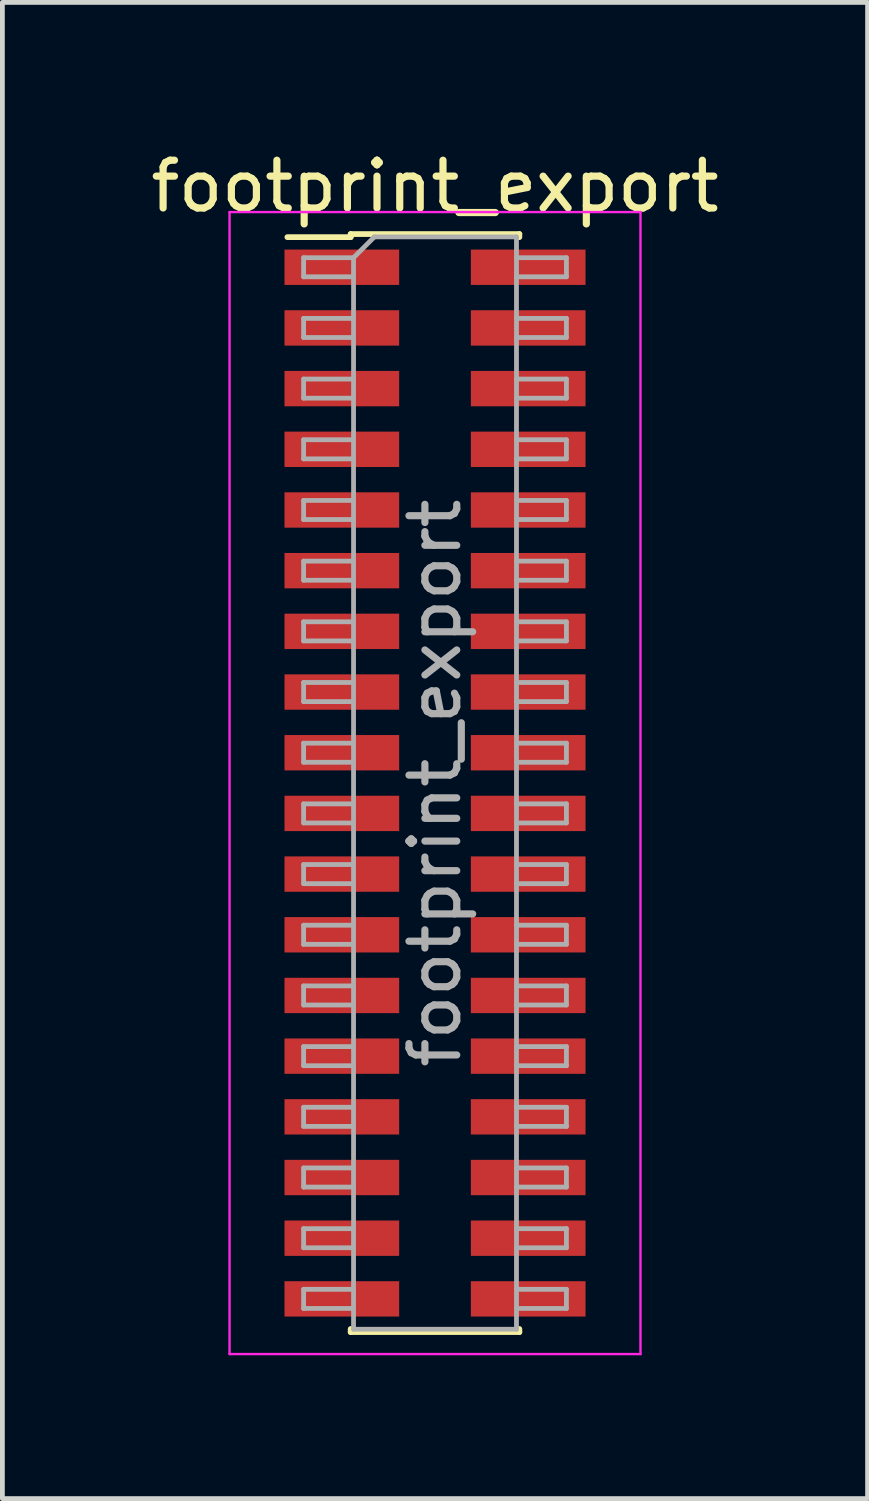
<source format=kicad_pcb>
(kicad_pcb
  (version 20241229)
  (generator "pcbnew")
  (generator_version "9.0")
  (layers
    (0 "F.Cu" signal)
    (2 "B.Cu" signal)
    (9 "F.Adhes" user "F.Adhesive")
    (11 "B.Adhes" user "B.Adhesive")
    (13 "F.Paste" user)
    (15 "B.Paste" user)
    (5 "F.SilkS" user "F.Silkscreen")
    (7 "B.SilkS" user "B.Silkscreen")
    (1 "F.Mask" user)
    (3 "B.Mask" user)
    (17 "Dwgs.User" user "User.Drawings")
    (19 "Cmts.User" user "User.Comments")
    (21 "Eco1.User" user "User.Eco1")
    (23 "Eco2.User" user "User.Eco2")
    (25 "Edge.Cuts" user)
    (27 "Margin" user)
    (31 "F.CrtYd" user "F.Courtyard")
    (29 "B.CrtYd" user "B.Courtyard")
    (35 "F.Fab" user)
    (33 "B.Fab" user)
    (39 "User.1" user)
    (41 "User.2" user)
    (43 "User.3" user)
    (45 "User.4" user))
  (footprint "footprint_export"
    (layer "F.Cu")
    (at 6.054 13.338)
    (property "Reference" "footprint_export" (at 0 -12.49 0) (layer "F.SilkS") (effects (font (size 1 1) (thickness 0.15))))
    (attr smd)
    (fp_line (start -3.09 -11.425) (end -1.765 -11.425) (stroke (width 0.12) (type solid)) (layer "F.SilkS"))
    (fp_line (start -1.765 -11.49) (end -1.765 -11.425) (stroke (width 0.12) (type solid)) (layer "F.SilkS"))
    (fp_line (start -1.765 -11.49) (end 1.765 -11.49) (stroke (width 0.12) (type solid)) (layer "F.SilkS"))
    (fp_line (start -1.765 11.425) (end -1.765 11.49) (stroke (width 0.12) (type solid)) (layer "F.SilkS"))
    (fp_line (start -1.765 11.49) (end 1.765 11.49) (stroke (width 0.12) (type solid)) (layer "F.SilkS"))
    (fp_line (start 1.765 -11.49) (end 1.765 -11.425) (stroke (width 0.12) (type solid)) (layer "F.SilkS"))
    (fp_line (start 1.765 11.425) (end 1.765 11.49) (stroke (width 0.12) (type solid)) (layer "F.SilkS"))
    (fp_line (start -4.3 -11.95) (end -4.3 11.95) (stroke (width 0.05) (type solid)) (layer "F.CrtYd"))
    (fp_line (start -4.3 11.95) (end 4.3 11.95) (stroke (width 0.05) (type solid)) (layer "F.CrtYd"))
    (fp_line (start 4.3 -11.95) (end -4.3 -11.95) (stroke (width 0.05) (type solid)) (layer "F.CrtYd"))
    (fp_line (start 4.3 11.95) (end 4.3 -11.95) (stroke (width 0.05) (type solid)) (layer "F.CrtYd"))
    (fp_line (start -2.75 -10.995) (end -2.75 -10.595) (stroke (width 0.1) (type solid)) (layer "F.Fab"))
    (fp_line (start -2.75 -10.595) (end -1.705 -10.595) (stroke (width 0.1) (type solid)) (layer "F.Fab"))
    (fp_line (start -2.75 -9.725) (end -2.75 -9.325) (stroke (width 0.1) (type solid)) (layer "F.Fab"))
    (fp_line (start -2.75 -9.325) (end -1.705 -9.325) (stroke (width 0.1) (type solid)) (layer "F.Fab"))
    (fp_line (start -2.75 -8.455) (end -2.75 -8.055) (stroke (width 0.1) (type solid)) (layer "F.Fab"))
    (fp_line (start -2.75 -8.055) (end -1.705 -8.055) (stroke (width 0.1) (type solid)) (layer "F.Fab"))
    (fp_line (start -2.75 -7.185) (end -2.75 -6.785) (stroke (width 0.1) (type solid)) (layer "F.Fab"))
    (fp_line (start -2.75 -6.785) (end -1.705 -6.785) (stroke (width 0.1) (type solid)) (layer "F.Fab"))
    (fp_line (start -2.75 -5.915) (end -2.75 -5.515) (stroke (width 0.1) (type solid)) (layer "F.Fab"))
    (fp_line (start -2.75 -5.515) (end -1.705 -5.515) (stroke (width 0.1) (type solid)) (layer "F.Fab"))
    (fp_line (start -2.75 -4.645) (end -2.75 -4.245) (stroke (width 0.1) (type solid)) (layer "F.Fab"))
    (fp_line (start -2.75 -4.245) (end -1.705 -4.245) (stroke (width 0.1) (type solid)) (layer "F.Fab"))
    (fp_line (start -2.75 -3.375) (end -2.75 -2.975) (stroke (width 0.1) (type solid)) (layer "F.Fab"))
    (fp_line (start -2.75 -2.975) (end -1.705 -2.975) (stroke (width 0.1) (type solid)) (layer "F.Fab"))
    (fp_line (start -2.75 -2.105) (end -2.75 -1.705) (stroke (width 0.1) (type solid)) (layer "F.Fab"))
    (fp_line (start -2.75 -1.705) (end -1.705 -1.705) (stroke (width 0.1) (type solid)) (layer "F.Fab"))
    (fp_line (start -2.75 -0.835) (end -2.75 -0.435) (stroke (width 0.1) (type solid)) (layer "F.Fab"))
    (fp_line (start -2.75 -0.435) (end -1.705 -0.435) (stroke (width 0.1) (type solid)) (layer "F.Fab"))
    (fp_line (start -2.75 0.435) (end -2.75 0.835) (stroke (width 0.1) (type solid)) (layer "F.Fab"))
    (fp_line (start -2.75 0.835) (end -1.705 0.835) (stroke (width 0.1) (type solid)) (layer "F.Fab"))
    (fp_line (start -2.75 1.705) (end -2.75 2.105) (stroke (width 0.1) (type solid)) (layer "F.Fab"))
    (fp_line (start -2.75 2.105) (end -1.705 2.105) (stroke (width 0.1) (type solid)) (layer "F.Fab"))
    (fp_line (start -2.75 2.975) (end -2.75 3.375) (stroke (width 0.1) (type solid)) (layer "F.Fab"))
    (fp_line (start -2.75 3.375) (end -1.705 3.375) (stroke (width 0.1) (type solid)) (layer "F.Fab"))
    (fp_line (start -2.75 4.245) (end -2.75 4.645) (stroke (width 0.1) (type solid)) (layer "F.Fab"))
    (fp_line (start -2.75 4.645) (end -1.705 4.645) (stroke (width 0.1) (type solid)) (layer "F.Fab"))
    (fp_line (start -2.75 5.515) (end -2.75 5.915) (stroke (width 0.1) (type solid)) (layer "F.Fab"))
    (fp_line (start -2.75 5.915) (end -1.705 5.915) (stroke (width 0.1) (type solid)) (layer "F.Fab"))
    (fp_line (start -2.75 6.785) (end -2.75 7.185) (stroke (width 0.1) (type solid)) (layer "F.Fab"))
    (fp_line (start -2.75 7.185) (end -1.705 7.185) (stroke (width 0.1) (type solid)) (layer "F.Fab"))
    (fp_line (start -2.75 8.055) (end -2.75 8.455) (stroke (width 0.1) (type solid)) (layer "F.Fab"))
    (fp_line (start -2.75 8.455) (end -1.705 8.455) (stroke (width 0.1) (type solid)) (layer "F.Fab"))
    (fp_line (start -2.75 9.325) (end -2.75 9.725) (stroke (width 0.1) (type solid)) (layer "F.Fab"))
    (fp_line (start -2.75 9.725) (end -1.705 9.725) (stroke (width 0.1) (type solid)) (layer "F.Fab"))
    (fp_line (start -2.75 10.595) (end -2.75 10.995) (stroke (width 0.1) (type solid)) (layer "F.Fab"))
    (fp_line (start -2.75 10.995) (end -1.705 10.995) (stroke (width 0.1) (type solid)) (layer "F.Fab"))
    (fp_line (start -1.705 -10.995) (end -2.75 -10.995) (stroke (width 0.1) (type solid)) (layer "F.Fab"))
    (fp_line (start -1.705 -10.995) (end -1.27 -11.43) (stroke (width 0.1) (type solid)) (layer "F.Fab"))
    (fp_line (start -1.705 -9.725) (end -2.75 -9.725) (stroke (width 0.1) (type solid)) (layer "F.Fab"))
    (fp_line (start -1.705 -8.455) (end -2.75 -8.455) (stroke (width 0.1) (type solid)) (layer "F.Fab"))
    (fp_line (start -1.705 -7.185) (end -2.75 -7.185) (stroke (width 0.1) (type solid)) (layer "F.Fab"))
    (fp_line (start -1.705 -5.915) (end -2.75 -5.915) (stroke (width 0.1) (type solid)) (layer "F.Fab"))
    (fp_line (start -1.705 -4.645) (end -2.75 -4.645) (stroke (width 0.1) (type solid)) (layer "F.Fab"))
    (fp_line (start -1.705 -3.375) (end -2.75 -3.375) (stroke (width 0.1) (type solid)) (layer "F.Fab"))
    (fp_line (start -1.705 -2.105) (end -2.75 -2.105) (stroke (width 0.1) (type solid)) (layer "F.Fab"))
    (fp_line (start -1.705 -0.835) (end -2.75 -0.835) (stroke (width 0.1) (type solid)) (layer "F.Fab"))
    (fp_line (start -1.705 0.435) (end -2.75 0.435) (stroke (width 0.1) (type solid)) (layer "F.Fab"))
    (fp_line (start -1.705 1.705) (end -2.75 1.705) (stroke (width 0.1) (type solid)) (layer "F.Fab"))
    (fp_line (start -1.705 2.975) (end -2.75 2.975) (stroke (width 0.1) (type solid)) (layer "F.Fab"))
    (fp_line (start -1.705 4.245) (end -2.75 4.245) (stroke (width 0.1) (type solid)) (layer "F.Fab"))
    (fp_line (start -1.705 5.515) (end -2.75 5.515) (stroke (width 0.1) (type solid)) (layer "F.Fab"))
    (fp_line (start -1.705 6.785) (end -2.75 6.785) (stroke (width 0.1) (type solid)) (layer "F.Fab"))
    (fp_line (start -1.705 8.055) (end -2.75 8.055) (stroke (width 0.1) (type solid)) (layer "F.Fab"))
    (fp_line (start -1.705 9.325) (end -2.75 9.325) (stroke (width 0.1) (type solid)) (layer "F.Fab"))
    (fp_line (start -1.705 10.595) (end -2.75 10.595) (stroke (width 0.1) (type solid)) (layer "F.Fab"))
    (fp_line (start -1.705 11.43) (end -1.705 -10.995) (stroke (width 0.1) (type solid)) (layer "F.Fab"))
    (fp_line (start -1.27 -11.43) (end 1.705 -11.43) (stroke (width 0.1) (type solid)) (layer "F.Fab"))
    (fp_line (start 1.705 -11.43) (end 1.705 11.43) (stroke (width 0.1) (type solid)) (layer "F.Fab"))
    (fp_line (start 1.705 -10.995) (end 2.75 -10.995) (stroke (width 0.1) (type solid)) (layer "F.Fab"))
    (fp_line (start 1.705 -9.725) (end 2.75 -9.725) (stroke (width 0.1) (type solid)) (layer "F.Fab"))
    (fp_line (start 1.705 -8.455) (end 2.75 -8.455) (stroke (width 0.1) (type solid)) (layer "F.Fab"))
    (fp_line (start 1.705 -7.185) (end 2.75 -7.185) (stroke (width 0.1) (type solid)) (layer "F.Fab"))
    (fp_line (start 1.705 -5.915) (end 2.75 -5.915) (stroke (width 0.1) (type solid)) (layer "F.Fab"))
    (fp_line (start 1.705 -4.645) (end 2.75 -4.645) (stroke (width 0.1) (type solid)) (layer "F.Fab"))
    (fp_line (start 1.705 -3.375) (end 2.75 -3.375) (stroke (width 0.1) (type solid)) (layer "F.Fab"))
    (fp_line (start 1.705 -2.105) (end 2.75 -2.105) (stroke (width 0.1) (type solid)) (layer "F.Fab"))
    (fp_line (start 1.705 -0.835) (end 2.75 -0.835) (stroke (width 0.1) (type solid)) (layer "F.Fab"))
    (fp_line (start 1.705 0.435) (end 2.75 0.435) (stroke (width 0.1) (type solid)) (layer "F.Fab"))
    (fp_line (start 1.705 1.705) (end 2.75 1.705) (stroke (width 0.1) (type solid)) (layer "F.Fab"))
    (fp_line (start 1.705 2.975) (end 2.75 2.975) (stroke (width 0.1) (type solid)) (layer "F.Fab"))
    (fp_line (start 1.705 4.245) (end 2.75 4.245) (stroke (width 0.1) (type solid)) (layer "F.Fab"))
    (fp_line (start 1.705 5.515) (end 2.75 5.515) (stroke (width 0.1) (type solid)) (layer "F.Fab"))
    (fp_line (start 1.705 6.785) (end 2.75 6.785) (stroke (width 0.1) (type solid)) (layer "F.Fab"))
    (fp_line (start 1.705 8.055) (end 2.75 8.055) (stroke (width 0.1) (type solid)) (layer "F.Fab"))
    (fp_line (start 1.705 9.325) (end 2.75 9.325) (stroke (width 0.1) (type solid)) (layer "F.Fab"))
    (fp_line (start 1.705 10.595) (end 2.75 10.595) (stroke (width 0.1) (type solid)) (layer "F.Fab"))
    (fp_line (start 1.705 11.43) (end -1.705 11.43) (stroke (width 0.1) (type solid)) (layer "F.Fab"))
    (fp_line (start 2.75 -10.995) (end 2.75 -10.595) (stroke (width 0.1) (type solid)) (layer "F.Fab"))
    (fp_line (start 2.75 -10.595) (end 1.705 -10.595) (stroke (width 0.1) (type solid)) (layer "F.Fab"))
    (fp_line (start 2.75 -9.725) (end 2.75 -9.325) (stroke (width 0.1) (type solid)) (layer "F.Fab"))
    (fp_line (start 2.75 -9.325) (end 1.705 -9.325) (stroke (width 0.1) (type solid)) (layer "F.Fab"))
    (fp_line (start 2.75 -8.455) (end 2.75 -8.055) (stroke (width 0.1) (type solid)) (layer "F.Fab"))
    (fp_line (start 2.75 -8.055) (end 1.705 -8.055) (stroke (width 0.1) (type solid)) (layer "F.Fab"))
    (fp_line (start 2.75 -7.185) (end 2.75 -6.785) (stroke (width 0.1) (type solid)) (layer "F.Fab"))
    (fp_line (start 2.75 -6.785) (end 1.705 -6.785) (stroke (width 0.1) (type solid)) (layer "F.Fab"))
    (fp_line (start 2.75 -5.915) (end 2.75 -5.515) (stroke (width 0.1) (type solid)) (layer "F.Fab"))
    (fp_line (start 2.75 -5.515) (end 1.705 -5.515) (stroke (width 0.1) (type solid)) (layer "F.Fab"))
    (fp_line (start 2.75 -4.645) (end 2.75 -4.245) (stroke (width 0.1) (type solid)) (layer "F.Fab"))
    (fp_line (start 2.75 -4.245) (end 1.705 -4.245) (stroke (width 0.1) (type solid)) (layer "F.Fab"))
    (fp_line (start 2.75 -3.375) (end 2.75 -2.975) (stroke (width 0.1) (type solid)) (layer "F.Fab"))
    (fp_line (start 2.75 -2.975) (end 1.705 -2.975) (stroke (width 0.1) (type solid)) (layer "F.Fab"))
    (fp_line (start 2.75 -2.105) (end 2.75 -1.705) (stroke (width 0.1) (type solid)) (layer "F.Fab"))
    (fp_line (start 2.75 -1.705) (end 1.705 -1.705) (stroke (width 0.1) (type solid)) (layer "F.Fab"))
    (fp_line (start 2.75 -0.835) (end 2.75 -0.435) (stroke (width 0.1) (type solid)) (layer "F.Fab"))
    (fp_line (start 2.75 -0.435) (end 1.705 -0.435) (stroke (width 0.1) (type solid)) (layer "F.Fab"))
    (fp_line (start 2.75 0.435) (end 2.75 0.835) (stroke (width 0.1) (type solid)) (layer "F.Fab"))
    (fp_line (start 2.75 0.835) (end 1.705 0.835) (stroke (width 0.1) (type solid)) (layer "F.Fab"))
    (fp_line (start 2.75 1.705) (end 2.75 2.105) (stroke (width 0.1) (type solid)) (layer "F.Fab"))
    (fp_line (start 2.75 2.105) (end 1.705 2.105) (stroke (width 0.1) (type solid)) (layer "F.Fab"))
    (fp_line (start 2.75 2.975) (end 2.75 3.375) (stroke (width 0.1) (type solid)) (layer "F.Fab"))
    (fp_line (start 2.75 3.375) (end 1.705 3.375) (stroke (width 0.1) (type solid)) (layer "F.Fab"))
    (fp_line (start 2.75 4.245) (end 2.75 4.645) (stroke (width 0.1) (type solid)) (layer "F.Fab"))
    (fp_line (start 2.75 4.645) (end 1.705 4.645) (stroke (width 0.1) (type solid)) (layer "F.Fab"))
    (fp_line (start 2.75 5.515) (end 2.75 5.915) (stroke (width 0.1) (type solid)) (layer "F.Fab"))
    (fp_line (start 2.75 5.915) (end 1.705 5.915) (stroke (width 0.1) (type solid)) (layer "F.Fab"))
    (fp_line (start 2.75 6.785) (end 2.75 7.185) (stroke (width 0.1) (type solid)) (layer "F.Fab"))
    (fp_line (start 2.75 7.185) (end 1.705 7.185) (stroke (width 0.1) (type solid)) (layer "F.Fab"))
    (fp_line (start 2.75 8.055) (end 2.75 8.455) (stroke (width 0.1) (type solid)) (layer "F.Fab"))
    (fp_line (start 2.75 8.455) (end 1.705 8.455) (stroke (width 0.1) (type solid)) (layer "F.Fab"))
    (fp_line (start 2.75 9.325) (end 2.75 9.725) (stroke (width 0.1) (type solid)) (layer "F.Fab"))
    (fp_line (start 2.75 9.725) (end 1.705 9.725) (stroke (width 0.1) (type solid)) (layer "F.Fab"))
    (fp_line (start 2.75 10.595) (end 2.75 10.995) (stroke (width 0.1) (type solid)) (layer "F.Fab"))
    (fp_line (start 2.75 10.995) (end 1.705 10.995) (stroke (width 0.1) (type solid)) (layer "F.Fab"))
    (fp_text user "${REFERENCE}" (at 0 0 90) (layer "F.Fab") (effects (font (size 1 1) (thickness 0.15))))
    (pad "1" smd rect (at -1.95 -10.795) (size 2.4 0.74) (layers "F.Cu" "F.Mask" "F.Paste"))
    (pad "2" smd rect (at 1.95 -10.795) (size 2.4 0.74) (layers "F.Cu" "F.Mask" "F.Paste"))
    (pad "3" smd rect (at -1.95 -9.525) (size 2.4 0.74) (layers "F.Cu" "F.Mask" "F.Paste"))
    (pad "4" smd rect (at 1.95 -9.525) (size 2.4 0.74) (layers "F.Cu" "F.Mask" "F.Paste"))
    (pad "5" smd rect (at -1.95 -8.255) (size 2.4 0.74) (layers "F.Cu" "F.Mask" "F.Paste"))
    (pad "6" smd rect (at 1.95 -8.255) (size 2.4 0.74) (layers "F.Cu" "F.Mask" "F.Paste"))
    (pad "7" smd rect (at -1.95 -6.985) (size 2.4 0.74) (layers "F.Cu" "F.Mask" "F.Paste"))
    (pad "8" smd rect (at 1.95 -6.985) (size 2.4 0.74) (layers "F.Cu" "F.Mask" "F.Paste"))
    (pad "9" smd rect (at -1.95 -5.715) (size 2.4 0.74) (layers "F.Cu" "F.Mask" "F.Paste"))
    (pad "10" smd rect (at 1.95 -5.715) (size 2.4 0.74) (layers "F.Cu" "F.Mask" "F.Paste"))
    (pad "11" smd rect (at -1.95 -4.445) (size 2.4 0.74) (layers "F.Cu" "F.Mask" "F.Paste"))
    (pad "12" smd rect (at 1.95 -4.445) (size 2.4 0.74) (layers "F.Cu" "F.Mask" "F.Paste"))
    (pad "13" smd rect (at -1.95 -3.175) (size 2.4 0.74) (layers "F.Cu" "F.Mask" "F.Paste"))
    (pad "14" smd rect (at 1.95 -3.175) (size 2.4 0.74) (layers "F.Cu" "F.Mask" "F.Paste"))
    (pad "15" smd rect (at -1.95 -1.905) (size 2.4 0.74) (layers "F.Cu" "F.Mask" "F.Paste"))
    (pad "16" smd rect (at 1.95 -1.905) (size 2.4 0.74) (layers "F.Cu" "F.Mask" "F.Paste"))
    (pad "17" smd rect (at -1.95 -0.635) (size 2.4 0.74) (layers "F.Cu" "F.Mask" "F.Paste"))
    (pad "18" smd rect (at 1.95 -0.635) (size 2.4 0.74) (layers "F.Cu" "F.Mask" "F.Paste"))
    (pad "19" smd rect (at -1.95 0.635) (size 2.4 0.74) (layers "F.Cu" "F.Mask" "F.Paste"))
    (pad "20" smd rect (at 1.95 0.635) (size 2.4 0.74) (layers "F.Cu" "F.Mask" "F.Paste"))
    (pad "21" smd rect (at -1.95 1.905) (size 2.4 0.74) (layers "F.Cu" "F.Mask" "F.Paste"))
    (pad "22" smd rect (at 1.95 1.905) (size 2.4 0.74) (layers "F.Cu" "F.Mask" "F.Paste"))
    (pad "23" smd rect (at -1.95 3.175) (size 2.4 0.74) (layers "F.Cu" "F.Mask" "F.Paste"))
    (pad "24" smd rect (at 1.95 3.175) (size 2.4 0.74) (layers "F.Cu" "F.Mask" "F.Paste"))
    (pad "25" smd rect (at -1.95 4.445) (size 2.4 0.74) (layers "F.Cu" "F.Mask" "F.Paste"))
    (pad "26" smd rect (at 1.95 4.445) (size 2.4 0.74) (layers "F.Cu" "F.Mask" "F.Paste"))
    (pad "27" smd rect (at -1.95 5.715) (size 2.4 0.74) (layers "F.Cu" "F.Mask" "F.Paste"))
    (pad "28" smd rect (at 1.95 5.715) (size 2.4 0.74) (layers "F.Cu" "F.Mask" "F.Paste"))
    (pad "29" smd rect (at -1.95 6.985) (size 2.4 0.74) (layers "F.Cu" "F.Mask" "F.Paste"))
    (pad "30" smd rect (at 1.95 6.985) (size 2.4 0.74) (layers "F.Cu" "F.Mask" "F.Paste"))
    (pad "31" smd rect (at -1.95 8.255) (size 2.4 0.74) (layers "F.Cu" "F.Mask" "F.Paste"))
    (pad "32" smd rect (at 1.95 8.255) (size 2.4 0.74) (layers "F.Cu" "F.Mask" "F.Paste"))
    (pad "33" smd rect (at -1.95 9.525) (size 2.4 0.74) (layers "F.Cu" "F.Mask" "F.Paste"))
    (pad "34" smd rect (at 1.95 9.525) (size 2.4 0.74) (layers "F.Cu" "F.Mask" "F.Paste"))
    (pad "35" smd rect (at -1.95 10.795) (size 2.4 0.74) (layers "F.Cu" "F.Mask" "F.Paste"))
    (pad "36" smd rect (at 1.95 10.795) (size 2.4 0.74) (layers "F.Cu" "F.Mask" "F.Paste")))
  (gr_rect
    (start -3 -3)
    (end 15.107 28.313)
    (stroke (width 0.1) (type default))
    (fill no)
    (layer "Edge.Cuts")))
</source>
